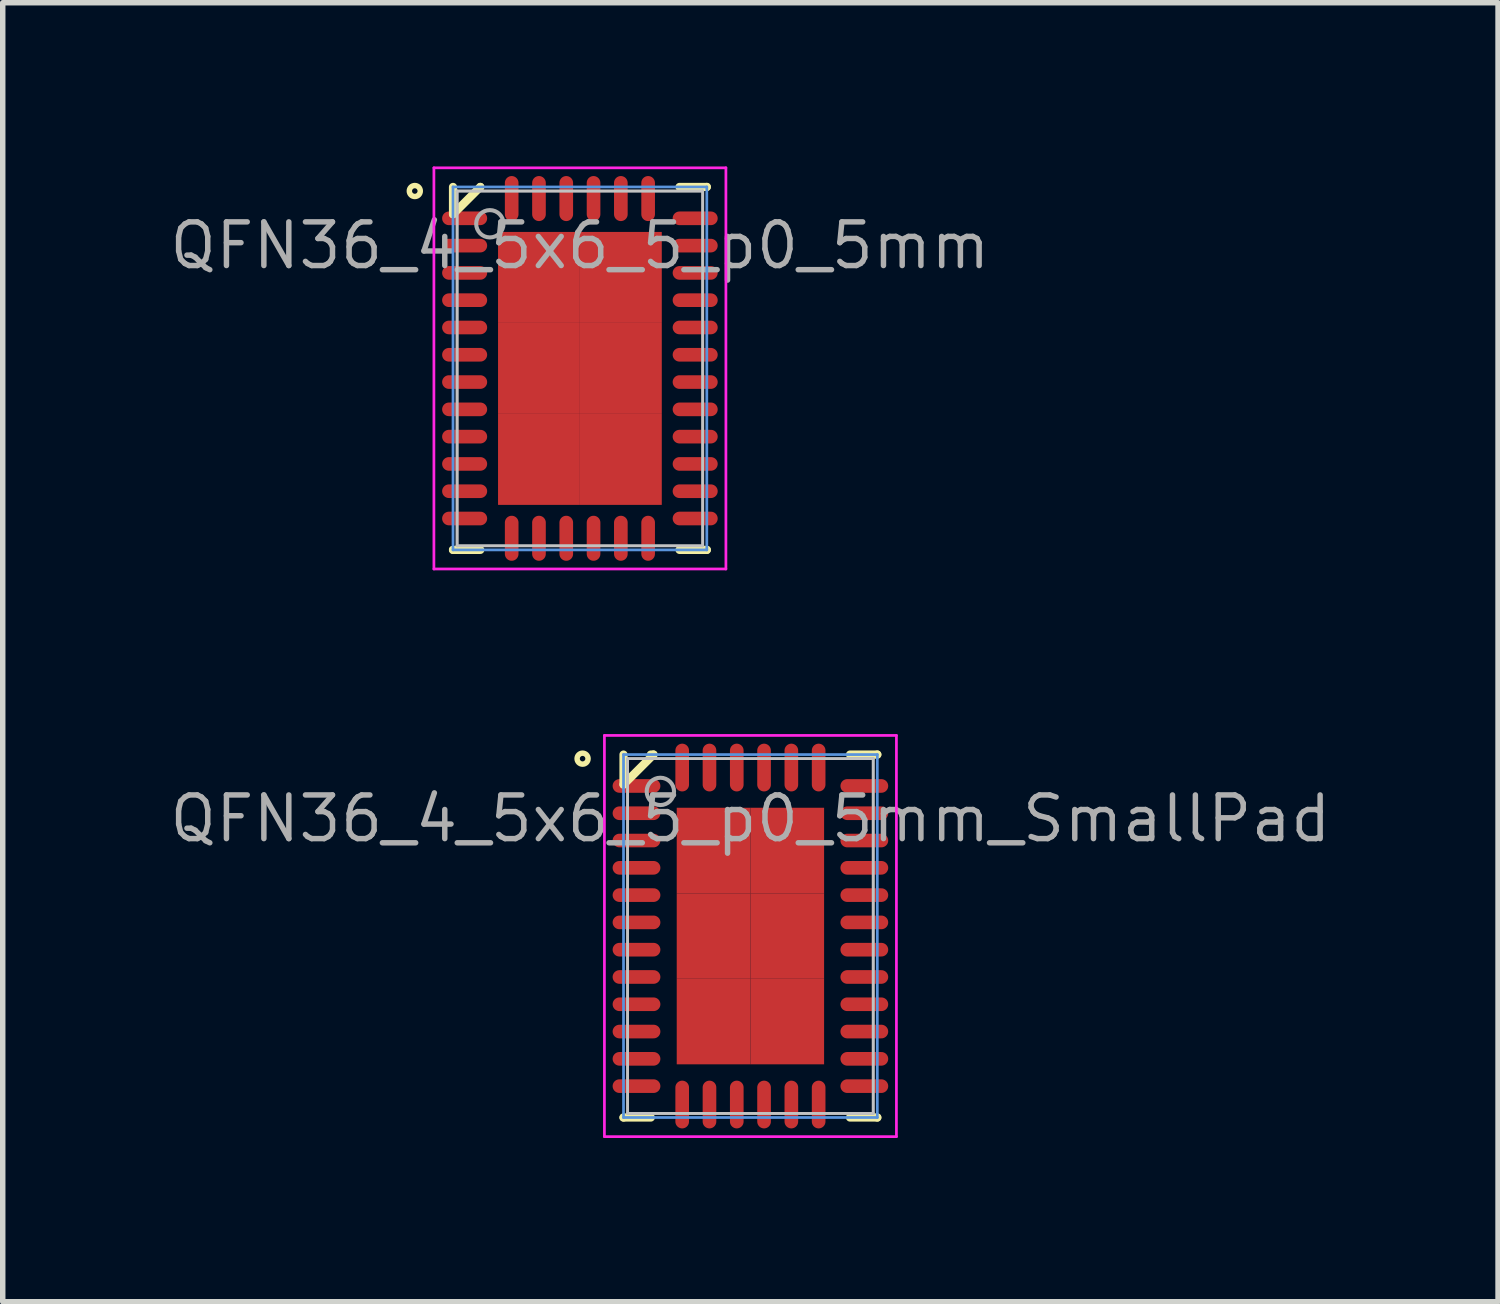
<source format=kicad_pcb>
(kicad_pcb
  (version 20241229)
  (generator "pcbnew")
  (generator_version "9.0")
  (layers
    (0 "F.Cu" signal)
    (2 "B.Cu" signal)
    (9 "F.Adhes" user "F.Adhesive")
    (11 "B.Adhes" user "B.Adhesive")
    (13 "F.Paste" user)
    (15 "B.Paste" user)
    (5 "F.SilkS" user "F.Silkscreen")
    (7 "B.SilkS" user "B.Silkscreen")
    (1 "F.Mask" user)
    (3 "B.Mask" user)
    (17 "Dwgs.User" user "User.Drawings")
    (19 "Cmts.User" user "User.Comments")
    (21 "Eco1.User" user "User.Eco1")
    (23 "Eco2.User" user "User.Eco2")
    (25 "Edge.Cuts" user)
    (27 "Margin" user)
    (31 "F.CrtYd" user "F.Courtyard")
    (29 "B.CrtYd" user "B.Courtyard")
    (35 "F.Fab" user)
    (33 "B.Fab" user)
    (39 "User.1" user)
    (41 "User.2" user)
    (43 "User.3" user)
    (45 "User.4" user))
  (footprint "QFN36_4_5x6_5_p0_5mm_SmallPad"
    (layer "F.Cu")
    (at 10.699 14.1)
    (property "Reference" "QFN36_4_5x6_5_p0_5mm_SmallPad" (at 0 -2.15 0) (layer "F.Fab") (effects (font (size 0.8 0.8) (thickness 0.1))))
    (attr through_hole)
    (fp_line (start -2.325 -2.775) (end -2.325 -3.325) (stroke (width 0.15) (type solid)) (layer "F.SilkS"))
    (fp_line (start -2.325 -2.775) (end -1.775 -3.325) (stroke (width 0.15) (type solid)) (layer "F.SilkS"))
    (fp_line (start -2.325 3.325) (end -2.325 3.325) (stroke (width 0.15) (type solid)) (layer "F.SilkS"))
    (fp_line (start -2.325 3.325) (end -1.825 3.325) (stroke (width 0.15) (type solid)) (layer "F.SilkS"))
    (fp_line (start -1.825 -3.325) (end -1.775 -3.325) (stroke (width 0.15) (type solid)) (layer "F.SilkS"))
    (fp_line (start 2.325 -3.325) (end 1.825 -3.325) (stroke (width 0.15) (type solid)) (layer "F.SilkS"))
    (fp_line (start 2.325 -3.325) (end 2.325 -3.325) (stroke (width 0.15) (type solid)) (layer "F.SilkS"))
    (fp_line (start 2.325 3.325) (end 1.825 3.325) (stroke (width 0.15) (type solid)) (layer "F.SilkS"))
    (fp_line (start 2.325 3.325) (end 2.325 3.325) (stroke (width 0.15) (type solid)) (layer "F.SilkS"))
    (fp_circle (center -3.075 -3.25) (end -3.004 -3.179) (stroke (width 0.1) (type solid)) (fill no) (layer "F.SilkS"))
    (fp_line (start -2.25 -3.25) (end -2.25 3.25) (stroke (width 0.05) (type solid)) (layer "Dwgs.User"))
    (fp_line (start -2.25 -3.25) (end 2.25 -3.25) (stroke (width 0.05) (type solid)) (layer "Dwgs.User"))
    (fp_line (start -2.25 3.25) (end 2.25 3.25) (stroke (width 0.05) (type solid)) (layer "Dwgs.User"))
    (fp_line (start 2.25 -3.25) (end 2.25 3.25) (stroke (width 0.05) (type solid)) (layer "Dwgs.User"))
    (fp_line (start -2.325 -3.325) (end -2.325 3.325) (stroke (width 0.05) (type solid)) (layer "Cmts.User"))
    (fp_line (start -2.325 -3.325) (end 2.325 -3.325) (stroke (width 0.05) (type solid)) (layer "Cmts.User"))
    (fp_line (start -2.325 3.325) (end 2.325 3.325) (stroke (width 0.05) (type solid)) (layer "Cmts.User"))
    (fp_line (start 2.325 -3.325) (end 2.325 3.325) (stroke (width 0.05) (type solid)) (layer "Cmts.User"))
    (fp_line (start -2.175 -3.175) (end -2.175 3.175) (stroke (width 0.05) (type solid)) (layer "Eco1.User"))
    (fp_line (start -2.175 -3.175) (end 2.175 -3.175) (stroke (width 0.05) (type solid)) (layer "Eco1.User"))
    (fp_line (start -2.175 3.175) (end 2.175 3.175) (stroke (width 0.05) (type solid)) (layer "Eco1.User"))
    (fp_line (start 2.175 -3.175) (end 2.175 3.175) (stroke (width 0.05) (type solid)) (layer "Eco1.User"))
    (fp_line (start -2.675 -3.675) (end -2.675 3.675) (stroke (width 0.05) (type solid)) (layer "F.CrtYd"))
    (fp_line (start -2.675 -3.675) (end 2.675 -3.675) (stroke (width 0.05) (type solid)) (layer "F.CrtYd"))
    (fp_line (start -2.675 3.675) (end 2.675 3.675) (stroke (width 0.05) (type solid)) (layer "F.CrtYd"))
    (fp_line (start 2.675 -3.675) (end 2.675 3.675) (stroke (width 0.05) (type solid)) (layer "F.CrtYd"))
    (fp_line (start -2.25 -3.25) (end -2.25 3.25) (stroke (width 0.05) (type solid)) (layer "F.Fab"))
    (fp_line (start -2.25 -3.25) (end 2.25 -3.25) (stroke (width 0.05) (type solid)) (layer "F.Fab"))
    (fp_line (start -2.25 3.25) (end 2.25 3.25) (stroke (width 0.05) (type solid)) (layer "F.Fab"))
    (fp_line (start 2.25 -3.25) (end 2.25 3.25) (stroke (width 0.05) (type solid)) (layer "F.Fab"))
    (fp_circle (center -1.65 -2.65) (end -1.473 -2.473) (stroke (width 0.075) (type solid)) (fill no) (layer "F.Fab"))
    (pad "1" smd oval (at -2.087 -2.75 180) (size 0.875 0.25) (layers "F.Cu" "F.Mask" "F.Paste"))
    (pad "2" smd oval (at -2.087 -2.25 180) (size 0.875 0.25) (layers "F.Cu" "F.Mask" "F.Paste"))
    (pad "3" smd oval (at -2.087 -1.75 180) (size 0.875 0.25) (layers "F.Cu" "F.Mask" "F.Paste"))
    (pad "4" smd oval (at -2.087 -1.25 180) (size 0.875 0.25) (layers "F.Cu" "F.Mask" "F.Paste"))
    (pad "5" smd oval (at -2.087 -0.75 180) (size 0.875 0.25) (layers "F.Cu" "F.Mask" "F.Paste"))
    (pad "6" smd oval (at -2.087 -0.25 180) (size 0.875 0.25) (layers "F.Cu" "F.Mask" "F.Paste"))
    (pad "7" smd oval (at -2.087 0.25 180) (size 0.875 0.25) (layers "F.Cu" "F.Mask" "F.Paste"))
    (pad "8" smd oval (at -2.087 0.75 180) (size 0.875 0.25) (layers "F.Cu" "F.Mask" "F.Paste"))
    (pad "9" smd oval (at -2.087 1.25 180) (size 0.875 0.25) (layers "F.Cu" "F.Mask" "F.Paste"))
    (pad "10" smd oval (at -2.087 1.75 180) (size 0.875 0.25) (layers "F.Cu" "F.Mask" "F.Paste"))
    (pad "11" smd oval (at -2.087 2.25 180) (size 0.875 0.25) (layers "F.Cu" "F.Mask" "F.Paste"))
    (pad "12" smd oval (at -2.087 2.75 180) (size 0.875 0.25) (layers "F.Cu" "F.Mask" "F.Paste"))
    (pad "13" smd oval (at -1.25 3.087 270) (size 0.875 0.25) (layers "F.Cu" "F.Mask" "F.Paste"))
    (pad "14" smd oval (at -0.75 3.087 270) (size 0.875 0.25) (layers "F.Cu" "F.Mask" "F.Paste"))
    (pad "15" smd oval (at -0.25 3.087 270) (size 0.875 0.25) (layers "F.Cu" "F.Mask" "F.Paste"))
    (pad "16" smd oval (at 0.25 3.087 270) (size 0.875 0.25) (layers "F.Cu" "F.Mask" "F.Paste"))
    (pad "17" smd oval (at 0.75 3.087 270) (size 0.875 0.25) (layers "F.Cu" "F.Mask" "F.Paste"))
    (pad "18" smd oval (at 1.25 3.087 270) (size 0.875 0.25) (layers "F.Cu" "F.Mask" "F.Paste"))
    (pad "19" smd oval (at 2.087 2.75) (size 0.875 0.25) (layers "F.Cu" "F.Mask" "F.Paste"))
    (pad "20" smd oval (at 2.087 2.25) (size 0.875 0.25) (layers "F.Cu" "F.Mask" "F.Paste"))
    (pad "21" smd oval (at 2.087 1.75) (size 0.875 0.25) (layers "F.Cu" "F.Mask" "F.Paste"))
    (pad "22" smd oval (at 2.087 1.25) (size 0.875 0.25) (layers "F.Cu" "F.Mask" "F.Paste"))
    (pad "23" smd oval (at 2.087 0.75) (size 0.875 0.25) (layers "F.Cu" "F.Mask" "F.Paste"))
    (pad "24" smd oval (at 2.087 0.25) (size 0.875 0.25) (layers "F.Cu" "F.Mask" "F.Paste"))
    (pad "25" smd oval (at 2.087 -0.25) (size 0.875 0.25) (layers "F.Cu" "F.Mask" "F.Paste"))
    (pad "26" smd oval (at 2.087 -0.75) (size 0.875 0.25) (layers "F.Cu" "F.Mask" "F.Paste"))
    (pad "27" smd oval (at 2.087 -1.25) (size 0.875 0.25) (layers "F.Cu" "F.Mask" "F.Paste"))
    (pad "28" smd oval (at 2.087 -1.75) (size 0.875 0.25) (layers "F.Cu" "F.Mask" "F.Paste"))
    (pad "29" smd oval (at 2.087 -2.25) (size 0.875 0.25) (layers "F.Cu" "F.Mask" "F.Paste"))
    (pad "30" smd oval (at 2.087 -2.75) (size 0.875 0.25) (layers "F.Cu" "F.Mask" "F.Paste"))
    (pad "31" smd oval (at 1.25 -3.087 90) (size 0.875 0.25) (layers "F.Cu" "F.Mask" "F.Paste"))
    (pad "32" smd oval (at 0.75 -3.087 90) (size 0.875 0.25) (layers "F.Cu" "F.Mask" "F.Paste"))
    (pad "33" smd oval (at 0.25 -3.087 90) (size 0.875 0.25) (layers "F.Cu" "F.Mask" "F.Paste"))
    (pad "34" smd oval (at -0.25 -3.087 90) (size 0.875 0.25) (layers "F.Cu" "F.Mask" "F.Paste"))
    (pad "35" smd oval (at -0.75 -3.087 90) (size 0.875 0.25) (layers "F.Cu" "F.Mask" "F.Paste"))
    (pad "36" smd oval (at -1.25 -3.087 90) (size 0.875 0.25) (layers "F.Cu" "F.Mask" "F.Paste"))
    (pad "37" smd rect (at -0.675 -1.567) (size 1.35 1.567) (layers "F.Cu" "F.Mask" "F.Paste"))
    (pad "37" smd rect (at -0.675 0) (size 1.35 1.567) (layers "F.Cu" "F.Mask" "F.Paste"))
    (pad "37" smd rect (at -0.675 1.567) (size 1.35 1.567) (layers "F.Cu" "F.Mask" "F.Paste"))
    (pad "37" smd rect (at 0.675 -1.567) (size 1.35 1.567) (layers "F.Cu" "F.Mask" "F.Paste"))
    (pad "37" smd rect (at 0.675 0) (size 1.35 1.567) (layers "F.Cu" "F.Mask" "F.Paste"))
    (pad "37" smd rect (at 0.675 1.567) (size 1.35 1.567) (layers "F.Cu" "F.Mask" "F.Paste")))
  (footprint "QFN36_4_5x6_5_p0_5mm"
    (layer "F.Cu")
    (at 7.575 3.7)
    (property "Reference" "QFN36_4_5x6_5_p0_5mm" (at 0 -2.25 0) (layer "F.Fab") (effects (font (size 0.8 0.8) (thickness 0.1))))
    (attr through_hole)
    (fp_line (start -2.325 -2.825) (end -2.325 -3.325) (stroke (width 0.15) (type solid)) (layer "F.SilkS"))
    (fp_line (start -2.325 -2.825) (end -1.825 -3.325) (stroke (width 0.15) (type solid)) (layer "F.SilkS"))
    (fp_line (start -2.325 3.325) (end -2.325 3.325) (stroke (width 0.15) (type solid)) (layer "F.SilkS"))
    (fp_line (start -2.325 3.325) (end -1.825 3.325) (stroke (width 0.15) (type solid)) (layer "F.SilkS"))
    (fp_line (start -1.825 -3.325) (end -1.825 -3.325) (stroke (width 0.15) (type solid)) (layer "F.SilkS"))
    (fp_line (start 2.325 -3.325) (end 1.825 -3.325) (stroke (width 0.15) (type solid)) (layer "F.SilkS"))
    (fp_line (start 2.325 -3.325) (end 2.325 -3.325) (stroke (width 0.15) (type solid)) (layer "F.SilkS"))
    (fp_line (start 2.325 3.325) (end 1.825 3.325) (stroke (width 0.15) (type solid)) (layer "F.SilkS"))
    (fp_line (start 2.325 3.325) (end 2.325 3.325) (stroke (width 0.15) (type solid)) (layer "F.SilkS"))
    (fp_circle (center -3.025 -3.25) (end -2.954 -3.179) (stroke (width 0.1) (type solid)) (fill no) (layer "F.SilkS"))
    (fp_line (start -2.25 -3.25) (end -2.25 3.25) (stroke (width 0.05) (type solid)) (layer "Dwgs.User"))
    (fp_line (start -2.25 -3.25) (end 2.25 -3.25) (stroke (width 0.05) (type solid)) (layer "Dwgs.User"))
    (fp_line (start -2.25 3.25) (end 2.25 3.25) (stroke (width 0.05) (type solid)) (layer "Dwgs.User"))
    (fp_line (start 2.25 -3.25) (end 2.25 3.25) (stroke (width 0.05) (type solid)) (layer "Dwgs.User"))
    (fp_line (start -2.325 -3.325) (end -2.325 3.325) (stroke (width 0.05) (type solid)) (layer "Cmts.User"))
    (fp_line (start -2.325 -3.325) (end 2.325 -3.325) (stroke (width 0.05) (type solid)) (layer "Cmts.User"))
    (fp_line (start -2.325 3.325) (end 2.325 3.325) (stroke (width 0.05) (type solid)) (layer "Cmts.User"))
    (fp_line (start 2.325 -3.325) (end 2.325 3.325) (stroke (width 0.05) (type solid)) (layer "Cmts.User"))
    (fp_line (start -2.175 -3.175) (end -2.175 3.175) (stroke (width 0.05) (type solid)) (layer "Eco1.User"))
    (fp_line (start -2.175 -3.175) (end 2.175 -3.175) (stroke (width 0.05) (type solid)) (layer "Eco1.User"))
    (fp_line (start -2.175 3.175) (end 2.175 3.175) (stroke (width 0.05) (type solid)) (layer "Eco1.User"))
    (fp_line (start 2.175 -3.175) (end 2.175 3.175) (stroke (width 0.05) (type solid)) (layer "Eco1.User"))
    (fp_line (start -2.675 -3.675) (end -2.675 3.675) (stroke (width 0.05) (type solid)) (layer "F.CrtYd"))
    (fp_line (start -2.675 -3.675) (end 2.675 -3.675) (stroke (width 0.05) (type solid)) (layer "F.CrtYd"))
    (fp_line (start -2.675 3.675) (end 2.675 3.675) (stroke (width 0.05) (type solid)) (layer "F.CrtYd"))
    (fp_line (start 2.675 -3.675) (end 2.675 3.675) (stroke (width 0.05) (type solid)) (layer "F.CrtYd"))
    (fp_line (start -2.25 -3.25) (end -2.25 3.25) (stroke (width 0.05) (type solid)) (layer "F.Fab"))
    (fp_line (start -2.25 -3.25) (end 2.25 -3.25) (stroke (width 0.05) (type solid)) (layer "F.Fab"))
    (fp_line (start -2.25 3.25) (end 2.25 3.25) (stroke (width 0.05) (type solid)) (layer "F.Fab"))
    (fp_line (start 2.25 -3.25) (end 2.25 3.25) (stroke (width 0.05) (type solid)) (layer "F.Fab"))
    (fp_circle (center -1.65 -2.65) (end -1.473 -2.473) (stroke (width 0.075) (type solid)) (fill no) (layer "F.Fab"))
    (pad "1" smd oval (at -2.112 -2.75 180) (size 0.825 0.25) (layers "F.Cu" "F.Mask" "F.Paste"))
    (pad "2" smd oval (at -2.112 -2.25 180) (size 0.825 0.25) (layers "F.Cu" "F.Mask" "F.Paste"))
    (pad "3" smd oval (at -2.112 -1.75 180) (size 0.825 0.25) (layers "F.Cu" "F.Mask" "F.Paste"))
    (pad "4" smd oval (at -2.112 -1.25 180) (size 0.825 0.25) (layers "F.Cu" "F.Mask" "F.Paste"))
    (pad "5" smd oval (at -2.112 -0.75 180) (size 0.825 0.25) (layers "F.Cu" "F.Mask" "F.Paste"))
    (pad "6" smd oval (at -2.112 -0.25 180) (size 0.825 0.25) (layers "F.Cu" "F.Mask" "F.Paste"))
    (pad "7" smd oval (at -2.112 0.25 180) (size 0.825 0.25) (layers "F.Cu" "F.Mask" "F.Paste"))
    (pad "8" smd oval (at -2.112 0.75 180) (size 0.825 0.25) (layers "F.Cu" "F.Mask" "F.Paste"))
    (pad "9" smd oval (at -2.112 1.25 180) (size 0.825 0.25) (layers "F.Cu" "F.Mask" "F.Paste"))
    (pad "10" smd oval (at -2.112 1.75 180) (size 0.825 0.25) (layers "F.Cu" "F.Mask" "F.Paste"))
    (pad "11" smd oval (at -2.112 2.25 180) (size 0.825 0.25) (layers "F.Cu" "F.Mask" "F.Paste"))
    (pad "12" smd oval (at -2.112 2.75 180) (size 0.825 0.25) (layers "F.Cu" "F.Mask" "F.Paste"))
    (pad "13" smd oval (at -1.25 3.112 270) (size 0.825 0.25) (layers "F.Cu" "F.Mask" "F.Paste"))
    (pad "14" smd oval (at -0.75 3.112 270) (size 0.825 0.25) (layers "F.Cu" "F.Mask" "F.Paste"))
    (pad "15" smd oval (at -0.25 3.112 270) (size 0.825 0.25) (layers "F.Cu" "F.Mask" "F.Paste"))
    (pad "16" smd oval (at 0.25 3.112 270) (size 0.825 0.25) (layers "F.Cu" "F.Mask" "F.Paste"))
    (pad "17" smd oval (at 0.75 3.112 270) (size 0.825 0.25) (layers "F.Cu" "F.Mask" "F.Paste"))
    (pad "18" smd oval (at 1.25 3.112 270) (size 0.825 0.25) (layers "F.Cu" "F.Mask" "F.Paste"))
    (pad "19" smd oval (at 2.112 2.75) (size 0.825 0.25) (layers "F.Cu" "F.Mask" "F.Paste"))
    (pad "20" smd oval (at 2.112 2.25) (size 0.825 0.25) (layers "F.Cu" "F.Mask" "F.Paste"))
    (pad "21" smd oval (at 2.112 1.75) (size 0.825 0.25) (layers "F.Cu" "F.Mask" "F.Paste"))
    (pad "22" smd oval (at 2.112 1.25) (size 0.825 0.25) (layers "F.Cu" "F.Mask" "F.Paste"))
    (pad "23" smd oval (at 2.112 0.75) (size 0.825 0.25) (layers "F.Cu" "F.Mask" "F.Paste"))
    (pad "24" smd oval (at 2.112 0.25) (size 0.825 0.25) (layers "F.Cu" "F.Mask" "F.Paste"))
    (pad "25" smd oval (at 2.112 -0.25) (size 0.825 0.25) (layers "F.Cu" "F.Mask" "F.Paste"))
    (pad "26" smd oval (at 2.112 -0.75) (size 0.825 0.25) (layers "F.Cu" "F.Mask" "F.Paste"))
    (pad "27" smd oval (at 2.112 -1.25) (size 0.825 0.25) (layers "F.Cu" "F.Mask" "F.Paste"))
    (pad "28" smd oval (at 2.112 -1.75) (size 0.825 0.25) (layers "F.Cu" "F.Mask" "F.Paste"))
    (pad "29" smd oval (at 2.112 -2.25) (size 0.825 0.25) (layers "F.Cu" "F.Mask" "F.Paste"))
    (pad "30" smd oval (at 2.112 -2.75) (size 0.825 0.25) (layers "F.Cu" "F.Mask" "F.Paste"))
    (pad "31" smd oval (at 1.25 -3.112 90) (size 0.825 0.25) (layers "F.Cu" "F.Mask" "F.Paste"))
    (pad "32" smd oval (at 0.75 -3.112 90) (size 0.825 0.25) (layers "F.Cu" "F.Mask" "F.Paste"))
    (pad "33" smd oval (at 0.25 -3.112 90) (size 0.825 0.25) (layers "F.Cu" "F.Mask" "F.Paste"))
    (pad "34" smd oval (at -0.25 -3.112 90) (size 0.825 0.25) (layers "F.Cu" "F.Mask" "F.Paste"))
    (pad "35" smd oval (at -0.75 -3.112 90) (size 0.825 0.25) (layers "F.Cu" "F.Mask" "F.Paste"))
    (pad "36" smd oval (at -1.25 -3.112 90) (size 0.825 0.25) (layers "F.Cu" "F.Mask" "F.Paste"))
    (pad "37" smd rect (at -0.75 -1.667) (size 1.5 1.667) (layers "F.Cu" "F.Mask" "F.Paste"))
    (pad "37" smd rect (at -0.75 0) (size 1.5 1.667) (layers "F.Cu" "F.Mask" "F.Paste"))
    (pad "37" smd rect (at -0.75 1.667) (size 1.5 1.667) (layers "F.Cu" "F.Mask" "F.Paste"))
    (pad "37" smd rect (at 0.75 -1.667) (size 1.5 1.667) (layers "F.Cu" "F.Mask" "F.Paste"))
    (pad "37" smd rect (at 0.75 0) (size 1.5 1.667) (layers "F.Cu" "F.Mask" "F.Paste"))
    (pad "37" smd rect (at 0.75 1.667) (size 1.5 1.667) (layers "F.Cu" "F.Mask" "F.Paste")))
  (gr_rect
    (start -3 -3)
    (end 24.397 20.8)
    (stroke (width 0.1) (type default))
    (fill no)
    (layer "Edge.Cuts")))
</source>
